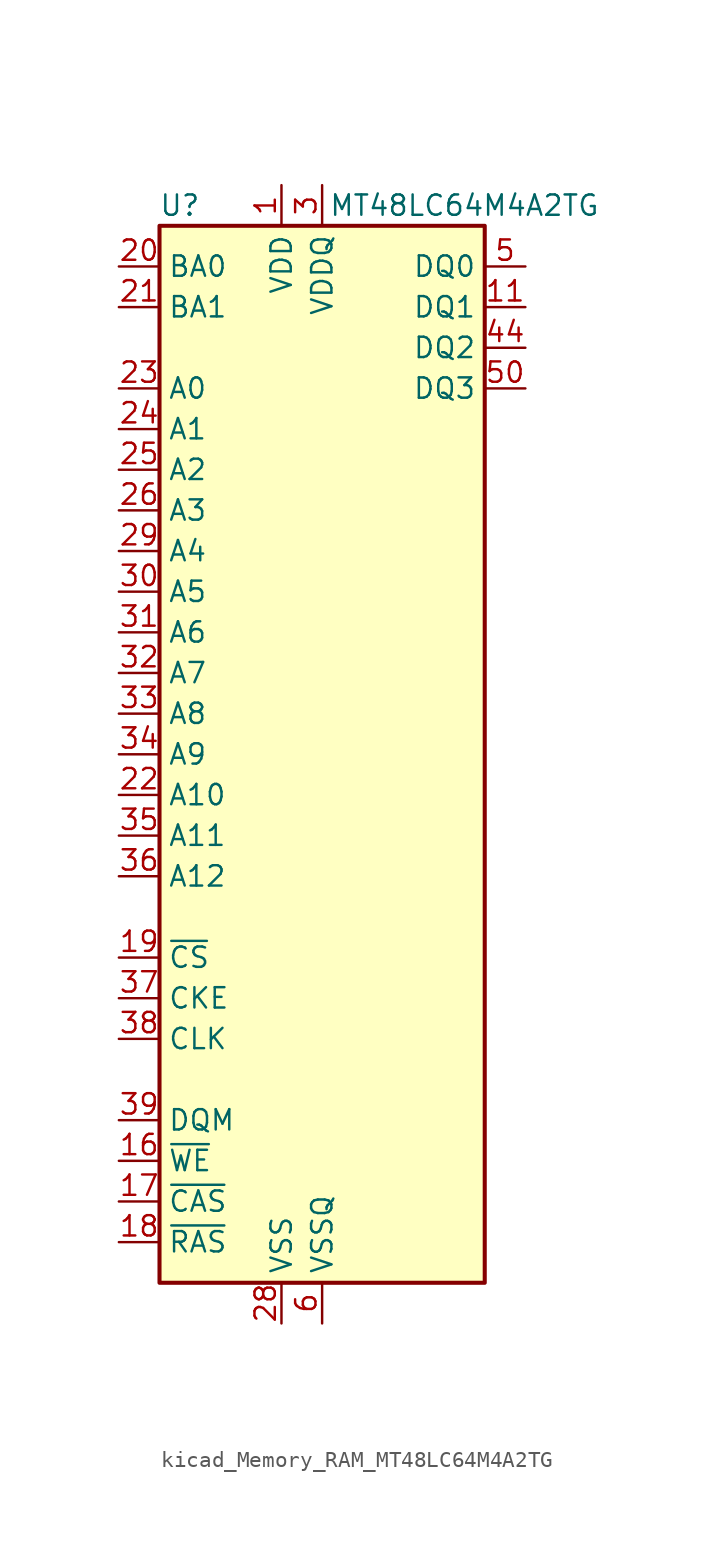
<source format=kicad_sym>
(kicad_symbol_lib
  (version 20220914)
  (generator kicad_symbol_editor)
  (symbol "kicad_Memory_RAM_MT48LC64M4A2TG"
    (property "Reference" "U"
      (at -8.89 34.29 0)
      (effects (font (size 1.27 1.27))))
    (property "Value" "MT48LC64M4A2TG"
      (at 8.89 34.29 0)
      (effects (font (size 1.27 1.27))))
    (symbol "kicad_Memory_RAM_MT48LC64M4A2TG_0_1"
      (rectangle (start -10.16 33.02) (end 10.16 -33.02) (stroke (width 0.254) (type default)) (fill (type background))))
    (symbol "kicad_Memory_RAM_MT48LC64M4A2TG_1_1"
      (pin power_in line (at -2.54 35.56 270) (length 2.54) (name "VDD" (effects (font (size 1.27 1.27)))) (number "1" (effects (font (size 1.27 1.27)))))
      (pin no_connect line (at 10.16 2.54 180) (length 2.54) hide (name "NC" (effects (font (size 1.27 1.27)))) (number "10" (effects (font (size 1.27 1.27)))))
      (pin bidirectional line (at 12.7 27.94 180) (length 2.54) (name "DQ1" (effects (font (size 1.27 1.27)))) (number "11" (effects (font (size 1.27 1.27)))))
      (pin passive line (at 0 -35.56 90) (length 2.54) hide (name "VSSQ" (effects (font (size 1.27 1.27)))) (number "12" (effects (font (size 1.27 1.27)))))
      (pin no_connect line (at 10.16 7.62 180) (length 2.54) hide (name "NC" (effects (font (size 1.27 1.27)))) (number "13" (effects (font (size 1.27 1.27)))))
      (pin passive line (at -2.54 35.56 270) (length 2.54) hide (name "VDD" (effects (font (size 1.27 1.27)))) (number "14" (effects (font (size 1.27 1.27)))))
      (pin no_connect line (at -10.16 -20.32 0) (length 2.54) hide (name "NC" (effects (font (size 1.27 1.27)))) (number "15" (effects (font (size 1.27 1.27)))))
      (pin input line (at -12.7 -25.4 0) (length 2.54) (name "~{WE}" (effects (font (size 1.27 1.27)))) (number "16" (effects (font (size 1.27 1.27)))))
      (pin input line (at -12.7 -27.94 0) (length 2.54) (name "~{CAS}" (effects (font (size 1.27 1.27)))) (number "17" (effects (font (size 1.27 1.27)))))
      (pin input line (at -12.7 -30.48 0) (length 2.54) (name "~{RAS}" (effects (font (size 1.27 1.27)))) (number "18" (effects (font (size 1.27 1.27)))))
      (pin input line (at -12.7 -12.7 0) (length 2.54) (name "~{CS}" (effects (font (size 1.27 1.27)))) (number "19" (effects (font (size 1.27 1.27)))))
      (pin no_connect line (at 10.16 12.7 180) (length 2.54) hide (name "NC" (effects (font (size 1.27 1.27)))) (number "2" (effects (font (size 1.27 1.27)))))
      (pin input line (at -12.7 30.48 0) (length 2.54) (name "BA0" (effects (font (size 1.27 1.27)))) (number "20" (effects (font (size 1.27 1.27)))))
      (pin input line (at -12.7 27.94 0) (length 2.54) (name "BA1" (effects (font (size 1.27 1.27)))) (number "21" (effects (font (size 1.27 1.27)))))
      (pin input line (at -12.7 -2.54 0) (length 2.54) (name "A10" (effects (font (size 1.27 1.27)))) (number "22" (effects (font (size 1.27 1.27)))))
      (pin input line (at -12.7 22.86 0) (length 2.54) (name "A0" (effects (font (size 1.27 1.27)))) (number "23" (effects (font (size 1.27 1.27)))))
      (pin input line (at -12.7 20.32 0) (length 2.54) (name "A1" (effects (font (size 1.27 1.27)))) (number "24" (effects (font (size 1.27 1.27)))))
      (pin input line (at -12.7 17.78 0) (length 2.54) (name "A2" (effects (font (size 1.27 1.27)))) (number "25" (effects (font (size 1.27 1.27)))))
      (pin input line (at -12.7 15.24 0) (length 2.54) (name "A3" (effects (font (size 1.27 1.27)))) (number "26" (effects (font (size 1.27 1.27)))))
      (pin passive line (at -2.54 35.56 270) (length 2.54) hide (name "VDD" (effects (font (size 1.27 1.27)))) (number "27" (effects (font (size 1.27 1.27)))))
      (pin power_in line (at -2.54 -35.56 90) (length 2.54) (name "VSS" (effects (font (size 1.27 1.27)))) (number "28" (effects (font (size 1.27 1.27)))))
      (pin input line (at -12.7 12.7 0) (length 2.54) (name "A4" (effects (font (size 1.27 1.27)))) (number "29" (effects (font (size 1.27 1.27)))))
      (pin power_in line (at 0 35.56 270) (length 2.54) (name "VDDQ" (effects (font (size 1.27 1.27)))) (number "3" (effects (font (size 1.27 1.27)))))
      (pin input line (at -12.7 10.16 0) (length 2.54) (name "A5" (effects (font (size 1.27 1.27)))) (number "30" (effects (font (size 1.27 1.27)))))
      (pin input line (at -12.7 7.62 0) (length 2.54) (name "A6" (effects (font (size 1.27 1.27)))) (number "31" (effects (font (size 1.27 1.27)))))
      (pin input line (at -12.7 5.08 0) (length 2.54) (name "A7" (effects (font (size 1.27 1.27)))) (number "32" (effects (font (size 1.27 1.27)))))
      (pin input line (at -12.7 2.54 0) (length 2.54) (name "A8" (effects (font (size 1.27 1.27)))) (number "33" (effects (font (size 1.27 1.27)))))
      (pin input line (at -12.7 0 0) (length 2.54) (name "A9" (effects (font (size 1.27 1.27)))) (number "34" (effects (font (size 1.27 1.27)))))
      (pin input line (at -12.7 -5.08 0) (length 2.54) (name "A11" (effects (font (size 1.27 1.27)))) (number "35" (effects (font (size 1.27 1.27)))))
      (pin input line (at -12.7 -7.62 0) (length 2.54) (name "A12" (effects (font (size 1.27 1.27)))) (number "36" (effects (font (size 1.27 1.27)))))
      (pin input line (at -12.7 -15.24 0) (length 2.54) (name "CKE" (effects (font (size 1.27 1.27)))) (number "37" (effects (font (size 1.27 1.27)))))
      (pin input line (at -12.7 -17.78 0) (length 2.54) (name "CLK" (effects (font (size 1.27 1.27)))) (number "38" (effects (font (size 1.27 1.27)))))
      (pin input line (at -12.7 -22.86 0) (length 2.54) (name "DQM" (effects (font (size 1.27 1.27)))) (number "39" (effects (font (size 1.27 1.27)))))
      (pin no_connect line (at 10.16 -7.62 180) (length 2.54) hide (name "NC" (effects (font (size 1.27 1.27)))) (number "4" (effects (font (size 1.27 1.27)))))
      (pin no_connect line (at 10.16 -20.32 180) (length 2.54) hide (name "NC" (effects (font (size 1.27 1.27)))) (number "40" (effects (font (size 1.27 1.27)))))
      (pin passive line (at -2.54 -35.56 90) (length 2.54) hide (name "VSS" (effects (font (size 1.27 1.27)))) (number "41" (effects (font (size 1.27 1.27)))))
      (pin no_connect line (at 10.16 10.16 180) (length 2.54) hide (name "NC" (effects (font (size 1.27 1.27)))) (number "42" (effects (font (size 1.27 1.27)))))
      (pin passive line (at 0 35.56 270) (length 2.54) hide (name "VDDQ" (effects (font (size 1.27 1.27)))) (number "43" (effects (font (size 1.27 1.27)))))
      (pin bidirectional line (at 12.7 25.4 180) (length 2.54) (name "DQ2" (effects (font (size 1.27 1.27)))) (number "44" (effects (font (size 1.27 1.27)))))
      (pin no_connect line (at 10.16 5.08 180) (length 2.54) hide (name "NC" (effects (font (size 1.27 1.27)))) (number "45" (effects (font (size 1.27 1.27)))))
      (pin passive line (at 0 -35.56 90) (length 2.54) hide (name "VSSQ" (effects (font (size 1.27 1.27)))) (number "46" (effects (font (size 1.27 1.27)))))
      (pin no_connect line (at 10.16 17.78 180) (length 2.54) hide (name "NC" (effects (font (size 1.27 1.27)))) (number "47" (effects (font (size 1.27 1.27)))))
      (pin no_connect line (at 10.16 0 180) (length 2.54) hide (name "NC" (effects (font (size 1.27 1.27)))) (number "48" (effects (font (size 1.27 1.27)))))
      (pin passive line (at 0 35.56 270) (length 2.54) hide (name "VDDQ" (effects (font (size 1.27 1.27)))) (number "49" (effects (font (size 1.27 1.27)))))
      (pin bidirectional line (at 12.7 30.48 180) (length 2.54) (name "DQ0" (effects (font (size 1.27 1.27)))) (number "5" (effects (font (size 1.27 1.27)))))
      (pin bidirectional line (at 12.7 22.86 180) (length 2.54) (name "DQ3" (effects (font (size 1.27 1.27)))) (number "50" (effects (font (size 1.27 1.27)))))
      (pin no_connect line (at 10.16 -5.08 180) (length 2.54) hide (name "NC" (effects (font (size 1.27 1.27)))) (number "51" (effects (font (size 1.27 1.27)))))
      (pin passive line (at 0 -35.56 90) (length 2.54) hide (name "VSSQ" (effects (font (size 1.27 1.27)))) (number "52" (effects (font (size 1.27 1.27)))))
      (pin no_connect line (at 10.16 20.32 180) (length 2.54) hide (name "NC" (effects (font (size 1.27 1.27)))) (number "53" (effects (font (size 1.27 1.27)))))
      (pin passive line (at -2.54 -35.56 90) (length 2.54) hide (name "VSS" (effects (font (size 1.27 1.27)))) (number "54" (effects (font (size 1.27 1.27)))))
      (pin power_in line (at 0 -35.56 90) (length 2.54) (name "VSSQ" (effects (font (size 1.27 1.27)))) (number "6" (effects (font (size 1.27 1.27)))))
      (pin no_connect line (at 10.16 -2.54 180) (length 2.54) hide (name "NC" (effects (font (size 1.27 1.27)))) (number "7" (effects (font (size 1.27 1.27)))))
      (pin no_connect line (at 10.16 15.24 180) (length 2.54) hide (name "NC" (effects (font (size 1.27 1.27)))) (number "8" (effects (font (size 1.27 1.27)))))
      (pin passive line (at 0 35.56 270) (length 2.54) hide (name "VDDQ" (effects (font (size 1.27 1.27)))) (number "9" (effects (font (size 1.27 1.27))))))))
</source>
